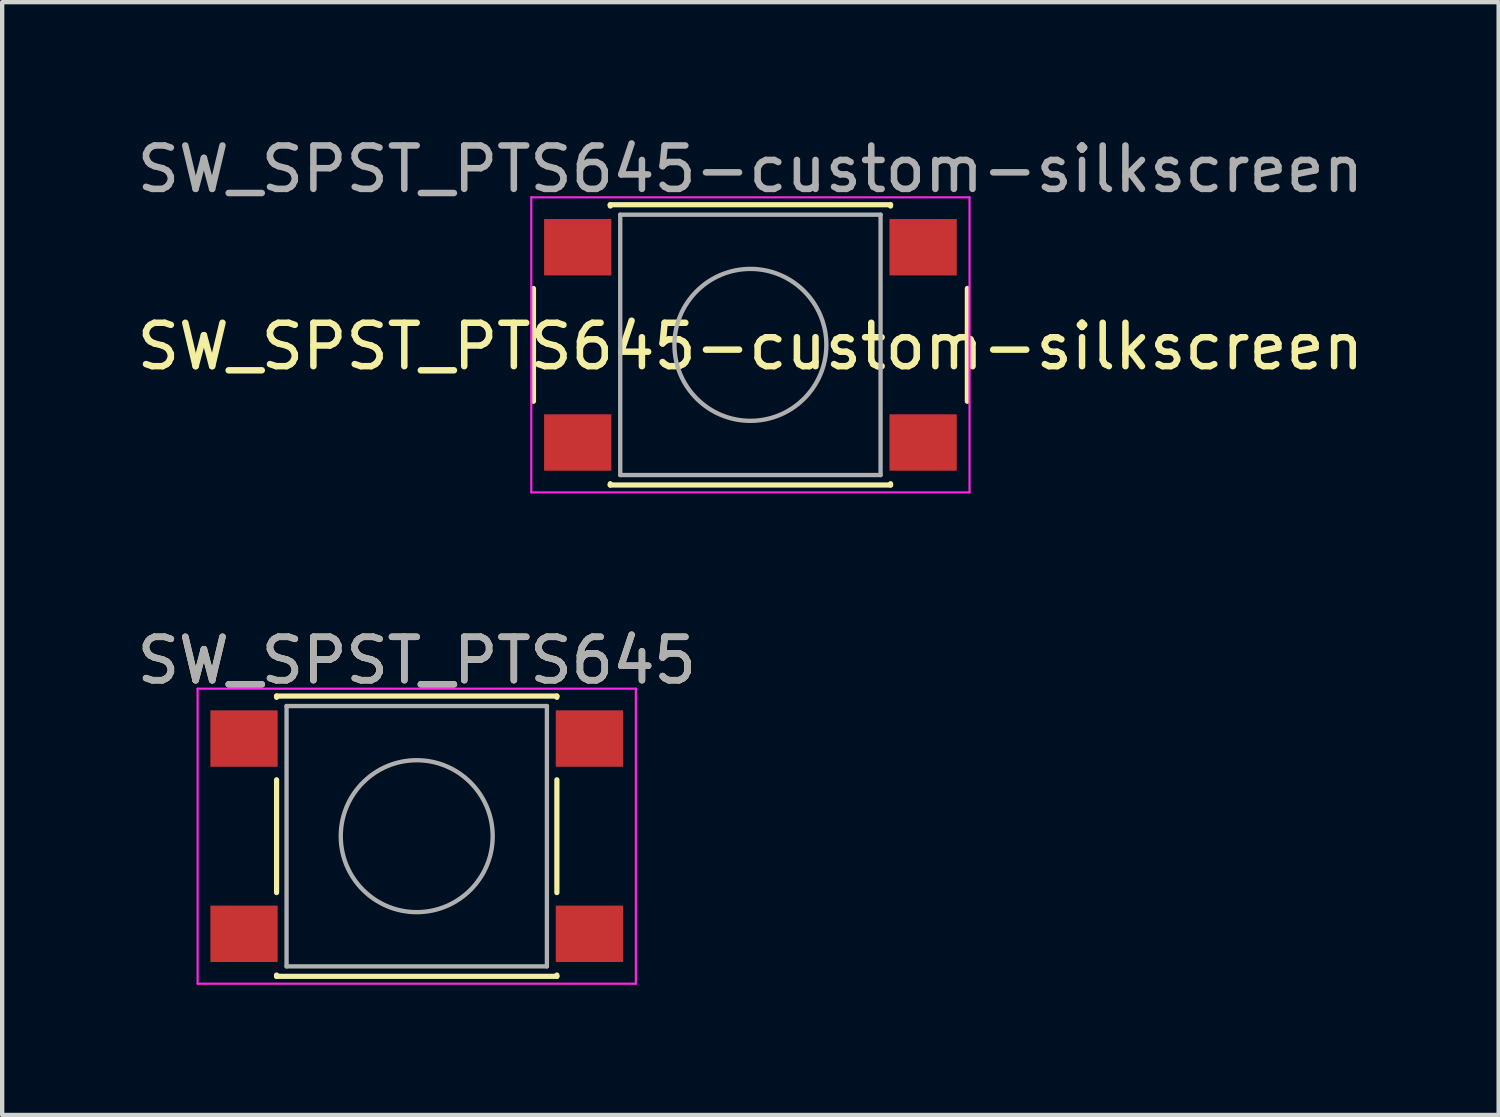
<source format=kicad_pcb>
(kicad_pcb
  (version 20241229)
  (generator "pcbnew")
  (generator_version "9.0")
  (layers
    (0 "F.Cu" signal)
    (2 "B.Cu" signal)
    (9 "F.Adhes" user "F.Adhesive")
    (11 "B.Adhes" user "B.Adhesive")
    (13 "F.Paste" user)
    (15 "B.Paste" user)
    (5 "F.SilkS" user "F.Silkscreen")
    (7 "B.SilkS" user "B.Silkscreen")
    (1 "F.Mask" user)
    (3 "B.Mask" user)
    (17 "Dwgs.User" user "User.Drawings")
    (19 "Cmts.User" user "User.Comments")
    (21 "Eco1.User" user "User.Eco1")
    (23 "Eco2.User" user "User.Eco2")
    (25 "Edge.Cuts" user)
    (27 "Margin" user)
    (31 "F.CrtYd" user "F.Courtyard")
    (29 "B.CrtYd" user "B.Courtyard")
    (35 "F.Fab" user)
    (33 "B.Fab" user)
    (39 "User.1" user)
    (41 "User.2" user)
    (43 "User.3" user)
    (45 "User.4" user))
  (footprint "SW_SPST_PTS645"
    (layer "F.Cu")
    (at 6.554 16.221)
    (property "Reference" "SW_SPST_PTS645" (at 0 -4.05 0) (layer "F.SilkS") (effects (font (size 1 1) (thickness 0.15))))
    (attr smd)
    (fp_line (start -3.23 -3.23) (end 3.23 -3.23) (stroke (width 0.12) (type solid)) (layer "F.SilkS"))
    (fp_line (start -3.23 -3.2) (end -3.23 -3.23) (stroke (width 0.12) (type solid)) (layer "F.SilkS"))
    (fp_line (start -3.23 -1.3) (end -3.23 1.3) (stroke (width 0.12) (type solid)) (layer "F.SilkS"))
    (fp_line (start -3.23 3.23) (end -3.23 3.2) (stroke (width 0.12) (type solid)) (layer "F.SilkS"))
    (fp_line (start -3.23 3.23) (end 3.23 3.23) (stroke (width 0.12) (type solid)) (layer "F.SilkS"))
    (fp_line (start 3.23 -3.23) (end 3.23 -3.2) (stroke (width 0.12) (type solid)) (layer "F.SilkS"))
    (fp_line (start 3.23 -1.3) (end 3.23 1.3) (stroke (width 0.12) (type solid)) (layer "F.SilkS"))
    (fp_line (start 3.23 3.23) (end 3.23 3.2) (stroke (width 0.12) (type solid)) (layer "F.SilkS"))
    (fp_line (start -5.05 -3.4) (end -5.05 3.4) (stroke (width 0.05) (type solid)) (layer "F.CrtYd"))
    (fp_line (start -5.05 -3.4) (end 5.05 -3.4) (stroke (width 0.05) (type solid)) (layer "F.CrtYd"))
    (fp_line (start -5.05 3.4) (end 5.05 3.4) (stroke (width 0.05) (type solid)) (layer "F.CrtYd"))
    (fp_line (start 5.05 3.4) (end 5.05 -3.4) (stroke (width 0.05) (type solid)) (layer "F.CrtYd"))
    (fp_line (start -3 -3) (end -3 3) (stroke (width 0.1) (type solid)) (layer "F.Fab"))
    (fp_line (start -3 3) (end 3 3) (stroke (width 0.1) (type solid)) (layer "F.Fab"))
    (fp_line (start 3 -3) (end -3 -3) (stroke (width 0.1) (type solid)) (layer "F.Fab"))
    (fp_line (start 3 3) (end 3 -3) (stroke (width 0.1) (type solid)) (layer "F.Fab"))
    (fp_circle (center 0 0) (end 1.75 -0.05) (stroke (width 0.1) (type solid)) (fill no) (layer "F.Fab"))
    (fp_text user "${REFERENCE}" (at 0 -4.05 0) (layer "F.Fab") (effects (font (size 1 1) (thickness 0.15))))
    (pad "1" smd rect (at -3.98 -2.25) (size 1.55 1.3) (layers "F.Cu" "F.Mask" "F.Paste"))
    (pad "1" smd rect (at 3.98 -2.25) (size 1.55 1.3) (layers "F.Cu" "F.Mask" "F.Paste"))
    (pad "2" smd rect (at -3.98 2.25) (size 1.55 1.3) (layers "F.Cu" "F.Mask" "F.Paste"))
    (pad "2" smd rect (at 3.98 2.25) (size 1.55 1.3) (layers "F.Cu" "F.Mask" "F.Paste")))
  (footprint "SW_SPST_PTS645-custom-silkscreen"
    (layer "F.Cu")
    (at 14.244 4.898)
    (property "Reference" "SW_SPST_PTS645-custom-silkscreen" (at 0 0.036 0) (layer "F.SilkS") (effects (font (size 1 1) (thickness 0.15))))
    (attr smd)
    (fp_line (start -5 -1.3) (end -5 1.3) (stroke (width 0.12) (type solid)) (layer "F.SilkS"))
    (fp_line (start -3.23 -3.23) (end 3.23 -3.23) (stroke (width 0.12) (type solid)) (layer "F.SilkS"))
    (fp_line (start -3.23 -3.2) (end -3.23 -3.23) (stroke (width 0.12) (type solid)) (layer "F.SilkS"))
    (fp_line (start -3.23 3.23) (end -3.23 3.2) (stroke (width 0.12) (type solid)) (layer "F.SilkS"))
    (fp_line (start -3.23 3.23) (end 3.23 3.23) (stroke (width 0.12) (type solid)) (layer "F.SilkS"))
    (fp_line (start 3.23 -3.23) (end 3.23 -3.2) (stroke (width 0.12) (type solid)) (layer "F.SilkS"))
    (fp_line (start 3.23 3.23) (end 3.23 3.2) (stroke (width 0.12) (type solid)) (layer "F.SilkS"))
    (fp_line (start 5 -1.3) (end 5 1.3) (stroke (width 0.12) (type solid)) (layer "F.SilkS"))
    (fp_line (start -5.05 -3.4) (end -5.05 3.4) (stroke (width 0.05) (type solid)) (layer "F.CrtYd"))
    (fp_line (start -5.05 -3.4) (end 5.05 -3.4) (stroke (width 0.05) (type solid)) (layer "F.CrtYd"))
    (fp_line (start -5.05 3.4) (end 5.05 3.4) (stroke (width 0.05) (type solid)) (layer "F.CrtYd"))
    (fp_line (start 5.05 3.4) (end 5.05 -3.4) (stroke (width 0.05) (type solid)) (layer "F.CrtYd"))
    (fp_line (start -3 -3) (end -3 3) (stroke (width 0.1) (type solid)) (layer "F.Fab"))
    (fp_line (start -3 3) (end 3 3) (stroke (width 0.1) (type solid)) (layer "F.Fab"))
    (fp_line (start 3 -3) (end -3 -3) (stroke (width 0.1) (type solid)) (layer "F.Fab"))
    (fp_line (start 3 3) (end 3 -3) (stroke (width 0.1) (type solid)) (layer "F.Fab"))
    (fp_circle (center 0 0) (end 1.75 -0.05) (stroke (width 0.1) (type solid)) (fill no) (layer "F.Fab"))
    (fp_text user "${REFERENCE}" (at 0 -4.05 0) (layer "F.Fab") (effects (font (size 1 1) (thickness 0.15))))
    (pad "1" smd rect (at -3.98 -2.25) (size 1.55 1.3) (layers "F.Cu" "F.Mask" "F.Paste"))
    (pad "1" smd rect (at 3.98 -2.25) (size 1.55 1.3) (layers "F.Cu" "F.Mask" "F.Paste"))
    (pad "2" smd rect (at -3.98 2.25) (size 1.55 1.3) (layers "F.Cu" "F.Mask" "F.Paste"))
    (pad "2" smd rect (at 3.98 2.25) (size 1.55 1.3) (layers "F.Cu" "F.Mask" "F.Paste")))
  (gr_rect
    (start -3 -3)
    (end 31.488 22.646)
    (stroke (width 0.1) (type default))
    (fill no)
    (layer "Edge.Cuts")))
</source>
